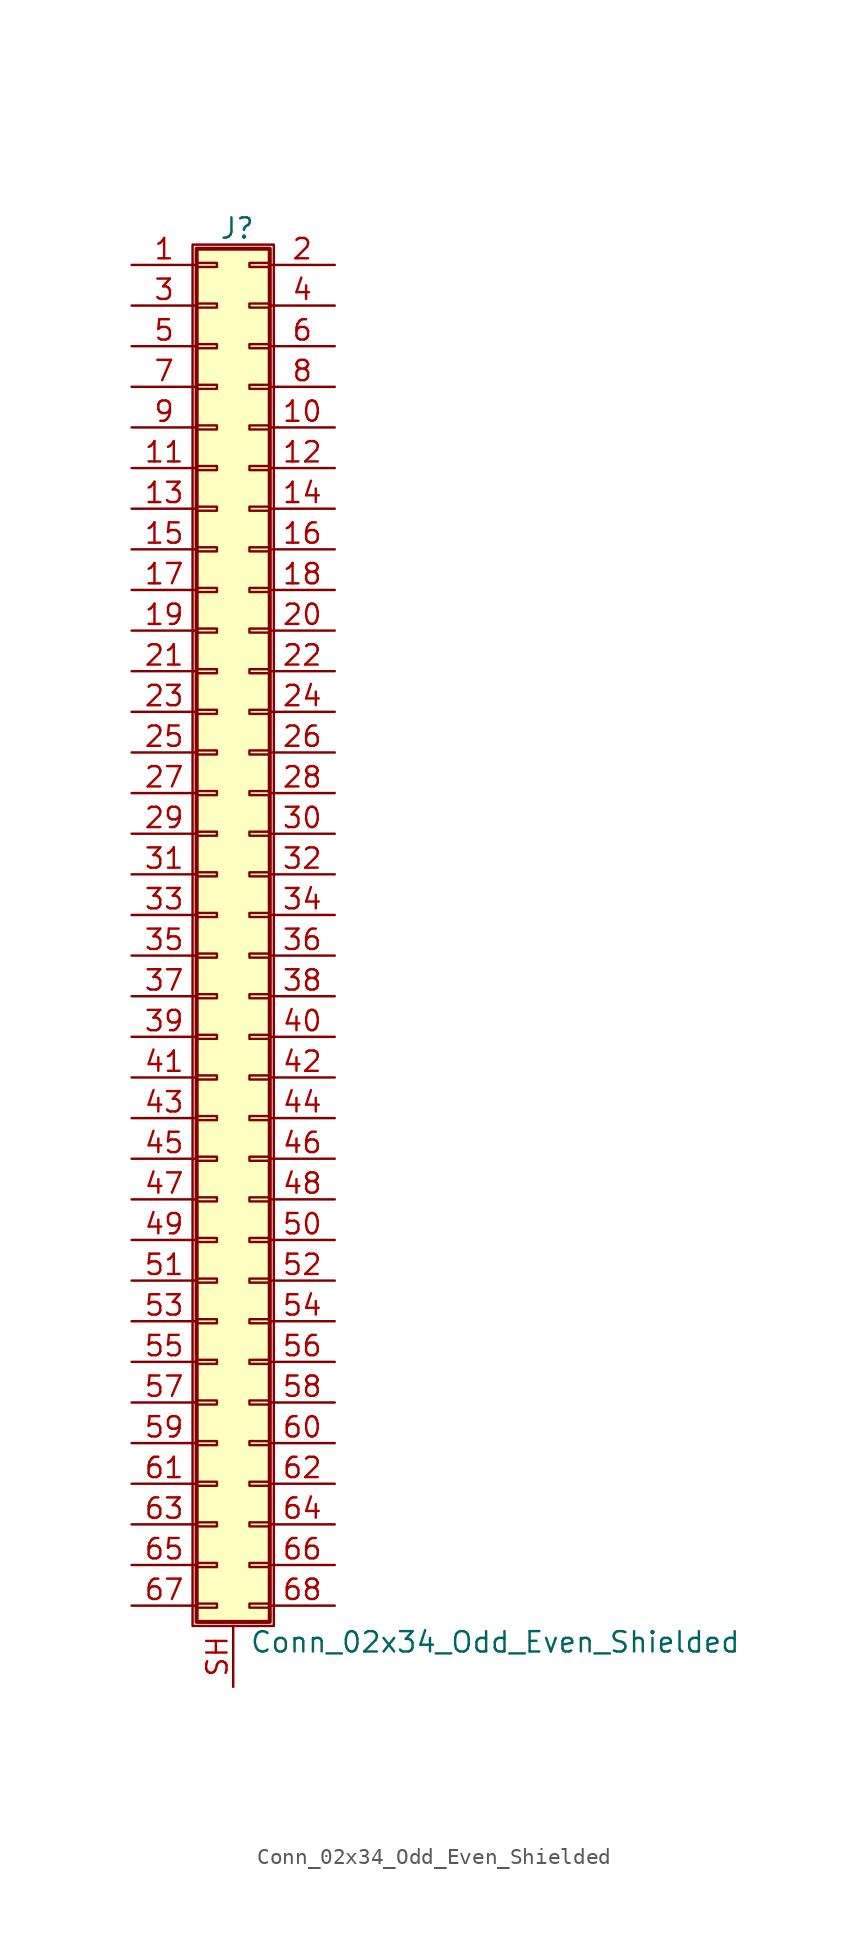
<source format=kicad_sym>
(kicad_symbol_lib
  (version 20201005)
  (generator kicad_symbol_editor)
  (symbol "Connector_Generic_Shielded:Conn_02x34_Odd_Even_Shielded"
    (pin_names
      (offset 1.016) hide)
    (property "Reference" "J"
      (at 1.524 42.926 0)
      (effects (font (size 1.27 1.27))))
    (property "Value" "Conn_02x34_Odd_Even_Shielded"
      (at 2.286 -45.466 0)
      (effects (font (size 1.27 1.27)) (justify left)))
    (symbol "Conn_02x34_Odd_Even_Shielded_1_1"
      (rectangle (start -1.016 -27.813) (end 0.254 -28.067) (stroke (width 0.152)) (fill (type none)))
      (rectangle (start -1.016 -30.353) (end 0.254 -30.607) (stroke (width 0.152)) (fill (type none)))
      (rectangle (start -1.016 -32.893) (end 0.254 -33.147) (stroke (width 0.152)) (fill (type none)))
      (rectangle (start -1.016 -35.433) (end 0.254 -35.687) (stroke (width 0.152)) (fill (type none)))
      (rectangle (start -1.016 -37.973) (end 0.254 -38.227) (stroke (width 0.152)) (fill (type none)))
      (rectangle (start -1.016 -40.513) (end 0.254 -40.767) (stroke (width 0.152)) (fill (type none)))
      (rectangle (start -1.016 -43.053) (end 0.254 -43.307) (stroke (width 0.152)) (fill (type none)))
      (rectangle (start -1.016 -4.953) (end 0.254 -5.207) (stroke (width 0.152)) (fill (type none)))
      (rectangle (start -1.016 -7.493) (end 0.254 -7.747) (stroke (width 0.152)) (fill (type none)))
      (rectangle (start -1.016 -10.033) (end 0.254 -10.287) (stroke (width 0.152)) (fill (type none)))
      (rectangle (start -1.016 -12.573) (end 0.254 -12.827) (stroke (width 0.152)) (fill (type none)))
      (rectangle (start -1.016 -15.113) (end 0.254 -15.367) (stroke (width 0.152)) (fill (type none)))
      (rectangle (start -1.016 -17.653) (end 0.254 -17.907) (stroke (width 0.152)) (fill (type none)))
      (rectangle (start -1.016 -20.193) (end 0.254 -20.447) (stroke (width 0.152)) (fill (type none)))
      (rectangle (start -1.016 -22.733) (end 0.254 -22.987) (stroke (width 0.152)) (fill (type none)))
      (rectangle (start -1.016 -2.413) (end 0.254 -2.667) (stroke (width 0.152)) (fill (type none)))
      (rectangle (start -1.016 -25.273) (end 0.254 -25.527) (stroke (width 0.152)) (fill (type none)))
      (rectangle (start -1.016 25.527) (end 0.254 25.273) (stroke (width 0.152)) (fill (type none)))
      (rectangle (start -1.016 2.667) (end 0.254 2.413) (stroke (width 0.152)) (fill (type none)))
      (rectangle (start -1.016 28.067) (end 0.254 27.813) (stroke (width 0.152)) (fill (type none)))
      (rectangle (start -1.016 30.607) (end 0.254 30.353) (stroke (width 0.152)) (fill (type none)))
      (rectangle (start -1.016 33.147) (end 0.254 32.893) (stroke (width 0.152)) (fill (type none)))
      (rectangle (start -1.016 35.687) (end 0.254 35.433) (stroke (width 0.152)) (fill (type none)))
      (rectangle (start -1.016 38.227) (end 0.254 37.973) (stroke (width 0.152)) (fill (type none)))
      (rectangle (start -1.016 40.767) (end 0.254 40.513) (stroke (width 0.152)) (fill (type none)))
      (rectangle (start -1.016 41.656) (end 3.556 -44.196) (stroke (width 0.254)) (fill (type background)))
      (rectangle (start -1.016 5.207) (end 0.254 4.953) (stroke (width 0.152)) (fill (type none)))
      (rectangle (start -1.016 7.747) (end 0.254 7.493) (stroke (width 0.152)) (fill (type none)))
      (rectangle (start -1.016 10.287) (end 0.254 10.033) (stroke (width 0.152)) (fill (type none)))
      (rectangle (start -1.016 0.127) (end 0.254 -0.127) (stroke (width 0.152)) (fill (type none)))
      (rectangle (start -1.016 12.827) (end 0.254 12.573) (stroke (width 0.152)) (fill (type none)))
      (rectangle (start -1.016 15.367) (end 0.254 15.113) (stroke (width 0.152)) (fill (type none)))
      (rectangle (start -1.016 17.907) (end 0.254 17.653) (stroke (width 0.152)) (fill (type none)))
      (rectangle (start -1.016 20.447) (end 0.254 20.193) (stroke (width 0.152)) (fill (type none)))
      (rectangle (start -1.016 22.987) (end 0.254 22.733) (stroke (width 0.152)) (fill (type none)))
      (rectangle (start -1.27 41.91) (end 3.81 -44.45) (stroke (width 0.152)) (fill (type none)))
      (rectangle (start 3.556 -27.813) (end 2.286 -28.067) (stroke (width 0.152)) (fill (type none)))
      (rectangle (start 3.556 -30.353) (end 2.286 -30.607) (stroke (width 0.152)) (fill (type none)))
      (rectangle (start 3.556 -32.893) (end 2.286 -33.147) (stroke (width 0.152)) (fill (type none)))
      (rectangle (start 3.556 -35.433) (end 2.286 -35.687) (stroke (width 0.152)) (fill (type none)))
      (rectangle (start 3.556 -37.973) (end 2.286 -38.227) (stroke (width 0.152)) (fill (type none)))
      (rectangle (start 3.556 -40.513) (end 2.286 -40.767) (stroke (width 0.152)) (fill (type none)))
      (rectangle (start 3.556 -43.053) (end 2.286 -43.307) (stroke (width 0.152)) (fill (type none)))
      (rectangle (start 3.556 -4.953) (end 2.286 -5.207) (stroke (width 0.152)) (fill (type none)))
      (rectangle (start 3.556 -7.493) (end 2.286 -7.747) (stroke (width 0.152)) (fill (type none)))
      (rectangle (start 3.556 -10.033) (end 2.286 -10.287) (stroke (width 0.152)) (fill (type none)))
      (rectangle (start 3.556 -12.573) (end 2.286 -12.827) (stroke (width 0.152)) (fill (type none)))
      (rectangle (start 3.556 -15.113) (end 2.286 -15.367) (stroke (width 0.152)) (fill (type none)))
      (rectangle (start 3.556 -17.653) (end 2.286 -17.907) (stroke (width 0.152)) (fill (type none)))
      (rectangle (start 3.556 -20.193) (end 2.286 -20.447) (stroke (width 0.152)) (fill (type none)))
      (rectangle (start 3.556 -22.733) (end 2.286 -22.987) (stroke (width 0.152)) (fill (type none)))
      (rectangle (start 3.556 -2.413) (end 2.286 -2.667) (stroke (width 0.152)) (fill (type none)))
      (rectangle (start 3.556 -25.273) (end 2.286 -25.527) (stroke (width 0.152)) (fill (type none)))
      (rectangle (start 3.556 25.527) (end 2.286 25.273) (stroke (width 0.152)) (fill (type none)))
      (rectangle (start 3.556 2.667) (end 2.286 2.413) (stroke (width 0.152)) (fill (type none)))
      (rectangle (start 3.556 28.067) (end 2.286 27.813) (stroke (width 0.152)) (fill (type none)))
      (rectangle (start 3.556 30.607) (end 2.286 30.353) (stroke (width 0.152)) (fill (type none)))
      (rectangle (start 3.556 33.147) (end 2.286 32.893) (stroke (width 0.152)) (fill (type none)))
      (rectangle (start 3.556 35.687) (end 2.286 35.433) (stroke (width 0.152)) (fill (type none)))
      (rectangle (start 3.556 38.227) (end 2.286 37.973) (stroke (width 0.152)) (fill (type none)))
      (rectangle (start 3.556 40.767) (end 2.286 40.513) (stroke (width 0.152)) (fill (type none)))
      (rectangle (start 3.556 5.207) (end 2.286 4.953) (stroke (width 0.152)) (fill (type none)))
      (rectangle (start 3.556 7.747) (end 2.286 7.493) (stroke (width 0.152)) (fill (type none)))
      (rectangle (start 3.556 10.287) (end 2.286 10.033) (stroke (width 0.152)) (fill (type none)))
      (rectangle (start 3.556 0.127) (end 2.286 -0.127) (stroke (width 0.152)) (fill (type none)))
      (rectangle (start 3.556 12.827) (end 2.286 12.573) (stroke (width 0.152)) (fill (type none)))
      (rectangle (start 3.556 15.367) (end 2.286 15.113) (stroke (width 0.152)) (fill (type none)))
      (rectangle (start 3.556 17.907) (end 2.286 17.653) (stroke (width 0.152)) (fill (type none)))
      (rectangle (start 3.556 20.447) (end 2.286 20.193) (stroke (width 0.152)) (fill (type none)))
      (rectangle (start 3.556 22.987) (end 2.286 22.733) (stroke (width 0.152)) (fill (type none)))
      (pin passive line (at -5.08 40.64 0) (length 4.064) (name "Pin_1" (effects (font (size 1.27 1.27)))) (number "1" (effects (font (size 1.27 1.27)))))
      (pin passive line (at 7.62 30.48 180) (length 4.064) (name "Pin_10" (effects (font (size 1.27 1.27)))) (number "10" (effects (font (size 1.27 1.27)))))
      (pin passive line (at -5.08 27.94 0) (length 4.064) (name "Pin_11" (effects (font (size 1.27 1.27)))) (number "11" (effects (font (size 1.27 1.27)))))
      (pin passive line (at 7.62 27.94 180) (length 4.064) (name "Pin_12" (effects (font (size 1.27 1.27)))) (number "12" (effects (font (size 1.27 1.27)))))
      (pin passive line (at -5.08 25.4 0) (length 4.064) (name "Pin_13" (effects (font (size 1.27 1.27)))) (number "13" (effects (font (size 1.27 1.27)))))
      (pin passive line (at 7.62 25.4 180) (length 4.064) (name "Pin_14" (effects (font (size 1.27 1.27)))) (number "14" (effects (font (size 1.27 1.27)))))
      (pin passive line (at -5.08 22.86 0) (length 4.064) (name "Pin_15" (effects (font (size 1.27 1.27)))) (number "15" (effects (font (size 1.27 1.27)))))
      (pin passive line (at 7.62 22.86 180) (length 4.064) (name "Pin_16" (effects (font (size 1.27 1.27)))) (number "16" (effects (font (size 1.27 1.27)))))
      (pin passive line (at -5.08 20.32 0) (length 4.064) (name "Pin_17" (effects (font (size 1.27 1.27)))) (number "17" (effects (font (size 1.27 1.27)))))
      (pin passive line (at 7.62 20.32 180) (length 4.064) (name "Pin_18" (effects (font (size 1.27 1.27)))) (number "18" (effects (font (size 1.27 1.27)))))
      (pin passive line (at -5.08 17.78 0) (length 4.064) (name "Pin_19" (effects (font (size 1.27 1.27)))) (number "19" (effects (font (size 1.27 1.27)))))
      (pin passive line (at 7.62 40.64 180) (length 4.064) (name "Pin_2" (effects (font (size 1.27 1.27)))) (number "2" (effects (font (size 1.27 1.27)))))
      (pin passive line (at 7.62 17.78 180) (length 4.064) (name "Pin_20" (effects (font (size 1.27 1.27)))) (number "20" (effects (font (size 1.27 1.27)))))
      (pin passive line (at -5.08 15.24 0) (length 4.064) (name "Pin_21" (effects (font (size 1.27 1.27)))) (number "21" (effects (font (size 1.27 1.27)))))
      (pin passive line (at 7.62 15.24 180) (length 4.064) (name "Pin_22" (effects (font (size 1.27 1.27)))) (number "22" (effects (font (size 1.27 1.27)))))
      (pin passive line (at -5.08 12.7 0) (length 4.064) (name "Pin_23" (effects (font (size 1.27 1.27)))) (number "23" (effects (font (size 1.27 1.27)))))
      (pin passive line (at 7.62 12.7 180) (length 4.064) (name "Pin_24" (effects (font (size 1.27 1.27)))) (number "24" (effects (font (size 1.27 1.27)))))
      (pin passive line (at -5.08 10.16 0) (length 4.064) (name "Pin_25" (effects (font (size 1.27 1.27)))) (number "25" (effects (font (size 1.27 1.27)))))
      (pin passive line (at 7.62 10.16 180) (length 4.064) (name "Pin_26" (effects (font (size 1.27 1.27)))) (number "26" (effects (font (size 1.27 1.27)))))
      (pin passive line (at -5.08 7.62 0) (length 4.064) (name "Pin_27" (effects (font (size 1.27 1.27)))) (number "27" (effects (font (size 1.27 1.27)))))
      (pin passive line (at 7.62 7.62 180) (length 4.064) (name "Pin_28" (effects (font (size 1.27 1.27)))) (number "28" (effects (font (size 1.27 1.27)))))
      (pin passive line (at -5.08 5.08 0) (length 4.064) (name "Pin_29" (effects (font (size 1.27 1.27)))) (number "29" (effects (font (size 1.27 1.27)))))
      (pin passive line (at -5.08 38.1 0) (length 4.064) (name "Pin_3" (effects (font (size 1.27 1.27)))) (number "3" (effects (font (size 1.27 1.27)))))
      (pin passive line (at 7.62 5.08 180) (length 4.064) (name "Pin_30" (effects (font (size 1.27 1.27)))) (number "30" (effects (font (size 1.27 1.27)))))
      (pin passive line (at -5.08 2.54 0) (length 4.064) (name "Pin_31" (effects (font (size 1.27 1.27)))) (number "31" (effects (font (size 1.27 1.27)))))
      (pin passive line (at 7.62 2.54 180) (length 4.064) (name "Pin_32" (effects (font (size 1.27 1.27)))) (number "32" (effects (font (size 1.27 1.27)))))
      (pin passive line (at -5.08 0 0) (length 4.064) (name "Pin_33" (effects (font (size 1.27 1.27)))) (number "33" (effects (font (size 1.27 1.27)))))
      (pin passive line (at 7.62 0 180) (length 4.064) (name "Pin_34" (effects (font (size 1.27 1.27)))) (number "34" (effects (font (size 1.27 1.27)))))
      (pin passive line (at -5.08 -2.54 0) (length 4.064) (name "Pin_35" (effects (font (size 1.27 1.27)))) (number "35" (effects (font (size 1.27 1.27)))))
      (pin passive line (at 7.62 -2.54 180) (length 4.064) (name "Pin_36" (effects (font (size 1.27 1.27)))) (number "36" (effects (font (size 1.27 1.27)))))
      (pin passive line (at -5.08 -5.08 0) (length 4.064) (name "Pin_37" (effects (font (size 1.27 1.27)))) (number "37" (effects (font (size 1.27 1.27)))))
      (pin passive line (at 7.62 -5.08 180) (length 4.064) (name "Pin_38" (effects (font (size 1.27 1.27)))) (number "38" (effects (font (size 1.27 1.27)))))
      (pin passive line (at -5.08 -7.62 0) (length 4.064) (name "Pin_39" (effects (font (size 1.27 1.27)))) (number "39" (effects (font (size 1.27 1.27)))))
      (pin passive line (at 7.62 38.1 180) (length 4.064) (name "Pin_4" (effects (font (size 1.27 1.27)))) (number "4" (effects (font (size 1.27 1.27)))))
      (pin passive line (at 7.62 -7.62 180) (length 4.064) (name "Pin_40" (effects (font (size 1.27 1.27)))) (number "40" (effects (font (size 1.27 1.27)))))
      (pin passive line (at -5.08 -10.16 0) (length 4.064) (name "Pin_41" (effects (font (size 1.27 1.27)))) (number "41" (effects (font (size 1.27 1.27)))))
      (pin passive line (at 7.62 -10.16 180) (length 4.064) (name "Pin_42" (effects (font (size 1.27 1.27)))) (number "42" (effects (font (size 1.27 1.27)))))
      (pin passive line (at -5.08 -12.7 0) (length 4.064) (name "Pin_43" (effects (font (size 1.27 1.27)))) (number "43" (effects (font (size 1.27 1.27)))))
      (pin passive line (at 7.62 -12.7 180) (length 4.064) (name "Pin_44" (effects (font (size 1.27 1.27)))) (number "44" (effects (font (size 1.27 1.27)))))
      (pin passive line (at -5.08 -15.24 0) (length 4.064) (name "Pin_45" (effects (font (size 1.27 1.27)))) (number "45" (effects (font (size 1.27 1.27)))))
      (pin passive line (at 7.62 -15.24 180) (length 4.064) (name "Pin_46" (effects (font (size 1.27 1.27)))) (number "46" (effects (font (size 1.27 1.27)))))
      (pin passive line (at -5.08 -17.78 0) (length 4.064) (name "Pin_47" (effects (font (size 1.27 1.27)))) (number "47" (effects (font (size 1.27 1.27)))))
      (pin passive line (at 7.62 -17.78 180) (length 4.064) (name "Pin_48" (effects (font (size 1.27 1.27)))) (number "48" (effects (font (size 1.27 1.27)))))
      (pin passive line (at -5.08 -20.32 0) (length 4.064) (name "Pin_49" (effects (font (size 1.27 1.27)))) (number "49" (effects (font (size 1.27 1.27)))))
      (pin passive line (at -5.08 35.56 0) (length 4.064) (name "Pin_5" (effects (font (size 1.27 1.27)))) (number "5" (effects (font (size 1.27 1.27)))))
      (pin passive line (at 7.62 -20.32 180) (length 4.064) (name "Pin_50" (effects (font (size 1.27 1.27)))) (number "50" (effects (font (size 1.27 1.27)))))
      (pin passive line (at -5.08 -22.86 0) (length 4.064) (name "Pin_51" (effects (font (size 1.27 1.27)))) (number "51" (effects (font (size 1.27 1.27)))))
      (pin passive line (at 7.62 -22.86 180) (length 4.064) (name "Pin_52" (effects (font (size 1.27 1.27)))) (number "52" (effects (font (size 1.27 1.27)))))
      (pin passive line (at -5.08 -25.4 0) (length 4.064) (name "Pin_53" (effects (font (size 1.27 1.27)))) (number "53" (effects (font (size 1.27 1.27)))))
      (pin passive line (at 7.62 -25.4 180) (length 4.064) (name "Pin_54" (effects (font (size 1.27 1.27)))) (number "54" (effects (font (size 1.27 1.27)))))
      (pin passive line (at -5.08 -27.94 0) (length 4.064) (name "Pin_55" (effects (font (size 1.27 1.27)))) (number "55" (effects (font (size 1.27 1.27)))))
      (pin passive line (at 7.62 -27.94 180) (length 4.064) (name "Pin_56" (effects (font (size 1.27 1.27)))) (number "56" (effects (font (size 1.27 1.27)))))
      (pin passive line (at -5.08 -30.48 0) (length 4.064) (name "Pin_57" (effects (font (size 1.27 1.27)))) (number "57" (effects (font (size 1.27 1.27)))))
      (pin passive line (at 7.62 -30.48 180) (length 4.064) (name "Pin_58" (effects (font (size 1.27 1.27)))) (number "58" (effects (font (size 1.27 1.27)))))
      (pin passive line (at -5.08 -33.02 0) (length 4.064) (name "Pin_59" (effects (font (size 1.27 1.27)))) (number "59" (effects (font (size 1.27 1.27)))))
      (pin passive line (at 7.62 35.56 180) (length 4.064) (name "Pin_6" (effects (font (size 1.27 1.27)))) (number "6" (effects (font (size 1.27 1.27)))))
      (pin passive line (at 7.62 -33.02 180) (length 4.064) (name "Pin_60" (effects (font (size 1.27 1.27)))) (number "60" (effects (font (size 1.27 1.27)))))
      (pin passive line (at -5.08 -35.56 0) (length 4.064) (name "Pin_61" (effects (font (size 1.27 1.27)))) (number "61" (effects (font (size 1.27 1.27)))))
      (pin passive line (at 7.62 -35.56 180) (length 4.064) (name "Pin_62" (effects (font (size 1.27 1.27)))) (number "62" (effects (font (size 1.27 1.27)))))
      (pin passive line (at -5.08 -38.1 0) (length 4.064) (name "Pin_63" (effects (font (size 1.27 1.27)))) (number "63" (effects (font (size 1.27 1.27)))))
      (pin passive line (at 7.62 -38.1 180) (length 4.064) (name "Pin_64" (effects (font (size 1.27 1.27)))) (number "64" (effects (font (size 1.27 1.27)))))
      (pin passive line (at -5.08 -40.64 0) (length 4.064) (name "Pin_65" (effects (font (size 1.27 1.27)))) (number "65" (effects (font (size 1.27 1.27)))))
      (pin passive line (at 7.62 -40.64 180) (length 4.064) (name "Pin_66" (effects (font (size 1.27 1.27)))) (number "66" (effects (font (size 1.27 1.27)))))
      (pin passive line (at -5.08 -43.18 0) (length 4.064) (name "Pin_67" (effects (font (size 1.27 1.27)))) (number "67" (effects (font (size 1.27 1.27)))))
      (pin passive line (at 7.62 -43.18 180) (length 4.064) (name "Pin_68" (effects (font (size 1.27 1.27)))) (number "68" (effects (font (size 1.27 1.27)))))
      (pin passive line (at -5.08 33.02 0) (length 4.064) (name "Pin_7" (effects (font (size 1.27 1.27)))) (number "7" (effects (font (size 1.27 1.27)))))
      (pin passive line (at 7.62 33.02 180) (length 4.064) (name "Pin_8" (effects (font (size 1.27 1.27)))) (number "8" (effects (font (size 1.27 1.27)))))
      (pin passive line (at -5.08 30.48 0) (length 4.064) (name "Pin_9" (effects (font (size 1.27 1.27)))) (number "9" (effects (font (size 1.27 1.27)))))
      (pin passive line (at 1.27 -48.26 90) (length 3.81) (name "Shield" (effects (font (size 1.27 1.27)))) (number "SH" (effects (font (size 1.27 1.27))))))))
</source>
